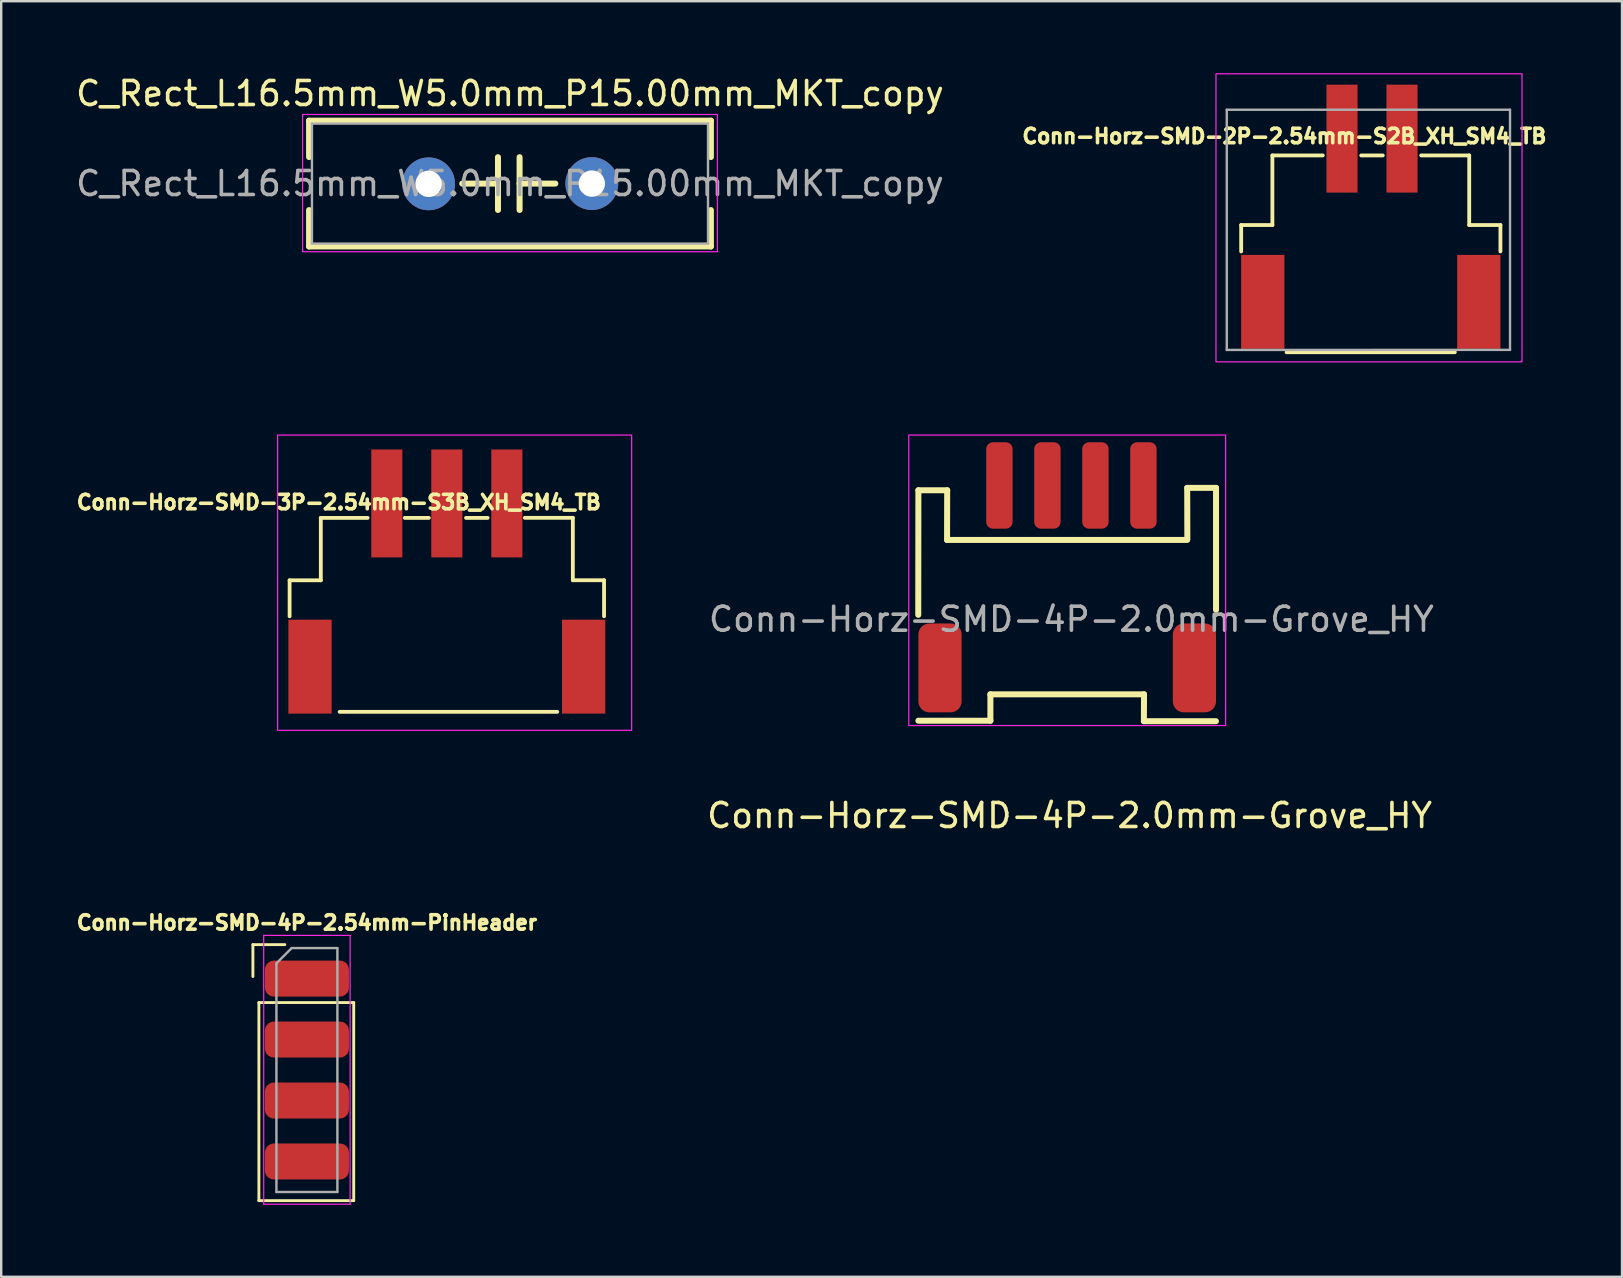
<source format=kicad_pcb>
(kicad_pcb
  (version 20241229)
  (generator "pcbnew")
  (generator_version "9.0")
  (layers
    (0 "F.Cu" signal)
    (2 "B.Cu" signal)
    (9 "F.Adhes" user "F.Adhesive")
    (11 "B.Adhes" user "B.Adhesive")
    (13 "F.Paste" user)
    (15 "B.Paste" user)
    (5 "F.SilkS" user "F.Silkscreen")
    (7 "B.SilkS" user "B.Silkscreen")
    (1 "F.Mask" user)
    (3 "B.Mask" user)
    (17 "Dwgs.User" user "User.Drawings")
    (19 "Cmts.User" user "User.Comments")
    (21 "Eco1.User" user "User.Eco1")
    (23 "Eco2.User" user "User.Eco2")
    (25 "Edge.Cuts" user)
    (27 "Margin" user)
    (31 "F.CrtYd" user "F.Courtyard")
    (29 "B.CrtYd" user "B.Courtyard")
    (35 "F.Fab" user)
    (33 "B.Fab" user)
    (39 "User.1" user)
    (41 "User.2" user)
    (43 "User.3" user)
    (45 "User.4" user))
  (footprint "Conn-Horz-SMD-2P-2.54mm-S2B_XH_SM4_TB"
    (layer "F.Cu")
    (at 54.208 6.675)
    (property "Reference" "Conn-Horz-SMD-2P-2.54mm-S2B_XH_SM4_TB" (at -3.75 -4.05 0) (layer "F.SilkS") (effects (font (size 0.6 0.6) (thickness 0.15))))
    (attr smd)
    (fp_line (start -5.55 -0.35) (end -5.55 0.75) (stroke (width 0.159) (type solid)) (layer "F.SilkS"))
    (fp_line (start -5.55 -0.35) (end -4.25 -0.35) (stroke (width 0.159) (type solid)) (layer "F.SilkS"))
    (fp_line (start -4.25 -3.25) (end -2.15 -3.25) (stroke (width 0.159) (type solid)) (layer "F.SilkS"))
    (fp_line (start -4.25 -0.35) (end -4.25 -3.25) (stroke (width 0.159) (type solid)) (layer "F.SilkS"))
    (fp_line (start -3.658 4.95) (end 3.35 4.95) (stroke (width 0.159) (type solid)) (layer "F.SilkS"))
    (fp_line (start -0.55 -3.25) (end 0.35 -3.25) (stroke (width 0.159) (type solid)) (layer "F.SilkS"))
    (fp_line (start 3.95 -3.25) (end 1.95 -3.25) (stroke (width 0.159) (type solid)) (layer "F.SilkS"))
    (fp_line (start 3.95 -0.35) (end 3.95 -3.25) (stroke (width 0.159) (type solid)) (layer "F.SilkS"))
    (fp_line (start 5.25 -0.35) (end 3.95 -0.35) (stroke (width 0.159) (type solid)) (layer "F.SilkS"))
    (fp_line (start 5.25 -0.35) (end 5.25 0.75) (stroke (width 0.159) (type solid)) (layer "F.SilkS"))
    (fp_rect (start -6.6 -6.65) (end 6.15 5.35) (stroke (width 0.05) (type solid)) (fill no) (layer "F.CrtYd"))
    (fp_line (start -6.15 -5.154) (end -6.15 4.854) (stroke (width 0.1) (type solid)) (layer "F.Fab"))
    (fp_line (start -6.15 4.854) (end 5.65 4.85) (stroke (width 0.1) (type solid)) (layer "F.Fab"))
    (fp_line (start 5.65 -5.154) (end -6.15 -5.154) (stroke (width 0.1) (type solid)) (layer "F.Fab"))
    (fp_line (start 5.65 4.854) (end 5.65 -5.154) (stroke (width 0.1) (type solid)) (layer "F.Fab"))
    (pad "1" smd rect (at -1.35 -3.95) (size 1.295 4.496) (layers "F.Cu" "F.Mask" "F.Paste"))
    (pad "2" smd rect (at 1.15 -3.95) (size 1.295 4.496) (layers "F.Cu" "F.Mask" "F.Paste"))
    (pad "S" smd rect (at -4.65 2.85 90) (size 3.912 1.803) (layers "F.Cu" "F.Mask" "F.Paste"))
    (pad "S" smd rect (at 4.35 2.85 90) (size 3.912 1.803) (layers "F.Cu" "F.Mask" "F.Paste")))
  (footprint "Conn-Horz-SMD-4P-2.54mm-PinHeader"
    (layer "F.Cu")
    (at 9.736 37.718)
    (property "Reference" "Conn-Horz-SMD-4P-2.54mm-PinHeader" (at 0 -2.33 0) (layer "F.SilkS") (effects (font (size 0.6 0.6) (thickness 0.15))))
    (attr through_hole)
    (fp_line (start -2.25 -1.415) (end -0.92 -1.415) (stroke (width 0.12) (type solid)) (layer "F.SilkS"))
    (fp_line (start -2.25 -0.085) (end -2.25 -1.415) (stroke (width 0.12) (type solid)) (layer "F.SilkS"))
    (fp_line (start -2 1) (end -2 9.25) (stroke (width 0.12) (type solid)) (layer "F.SilkS"))
    (fp_line (start -2 1) (end 1.95 1) (stroke (width 0.12) (type solid)) (layer "F.SilkS"))
    (fp_line (start -2 9.25) (end 1.95 9.25) (stroke (width 0.12) (type solid)) (layer "F.SilkS"))
    (fp_line (start 1.95 1) (end 1.95 9.25) (stroke (width 0.12) (type solid)) (layer "F.SilkS"))
    (fp_line (start -1.8 -1.8) (end -1.8 9.4) (stroke (width 0.05) (type solid)) (layer "F.CrtYd"))
    (fp_line (start -1.8 9.4) (end 1.8 9.4) (stroke (width 0.05) (type solid)) (layer "F.CrtYd"))
    (fp_line (start 1.8 -1.8) (end -1.8 -1.8) (stroke (width 0.05) (type solid)) (layer "F.CrtYd"))
    (fp_line (start 1.8 9.4) (end 1.8 -1.8) (stroke (width 0.05) (type solid)) (layer "F.CrtYd"))
    (fp_line (start -1.27 -0.635) (end -0.635 -1.27) (stroke (width 0.1) (type solid)) (layer "F.Fab"))
    (fp_line (start -1.27 8.89) (end -1.27 -0.635) (stroke (width 0.1) (type solid)) (layer "F.Fab"))
    (fp_line (start -0.635 -1.27) (end 1.27 -1.27) (stroke (width 0.1) (type solid)) (layer "F.Fab"))
    (fp_line (start 1.27 -1.27) (end 1.27 8.89) (stroke (width 0.1) (type solid)) (layer "F.Fab"))
    (fp_line (start 1.27 8.89) (end -1.27 8.89) (stroke (width 0.1) (type solid)) (layer "F.Fab"))
    (pad "1" smd roundrect (at 0 0 180) (size 3.5 1.5) (layers "F.Cu" "F.Mask" "F.Paste") (roundrect_rratio 0.25))
    (pad "2" smd roundrect (at 0 2.54 180) (size 3.5 1.5) (layers "F.Cu" "F.Mask" "F.Paste") (roundrect_rratio 0.25))
    (pad "3" smd roundrect (at 0 5.08 180) (size 3.5 1.5) (layers "F.Cu" "F.Mask" "F.Paste") (roundrect_rratio 0.25))
    (pad "4" smd roundrect (at 0 7.62 180) (size 3.5 1.5) (layers "F.Cu" "F.Mask" "F.Paste") (roundrect_rratio 0.25)))
  (footprint "C_Rect_L16.5mm_W5.0mm_P15.00mm_MKT_copy"
    (layer "F.Cu")
    (at 18.206 4.608)
    (property "Reference" "C_Rect_L16.5mm_W5.0mm_P15.00mm_MKT_copy" (at -0.01 -3.76 0) (layer "F.SilkS") (effects (font (size 1 1) (thickness 0.15))))
    (attr through_hole)
    (fp_line (start -8.38 -2.63) (end -8.38 -1.114) (stroke (width 0.25) (type solid)) (layer "F.SilkS"))
    (fp_line (start -8.38 -2.63) (end 8.36 -2.63) (stroke (width 0.25) (type solid)) (layer "F.SilkS"))
    (fp_line (start -8.38 1.094) (end -8.38 2.61) (stroke (width 0.25) (type solid)) (layer "F.SilkS"))
    (fp_line (start -8.38 2.61) (end 8.36 2.61) (stroke (width 0.25) (type solid)) (layer "F.SilkS"))
    (fp_line (start -2 -0.01) (end -0.51 -0.01) (stroke (width 0.25) (type solid)) (layer "F.SilkS"))
    (fp_line (start -0.51 -1.11) (end -0.51 1.09) (stroke (width 0.25) (type solid)) (layer "F.SilkS"))
    (fp_line (start 0.39 -1.11) (end 0.39 1.09) (stroke (width 0.25) (type solid)) (layer "F.SilkS"))
    (fp_line (start 1.88 -0.01) (end 0.39 -0.01) (stroke (width 0.25) (type solid)) (layer "F.SilkS"))
    (fp_line (start 8.36 -2.63) (end 8.36 -1.114) (stroke (width 0.25) (type solid)) (layer "F.SilkS"))
    (fp_line (start 8.36 1.094) (end 8.36 2.61) (stroke (width 0.25) (type solid)) (layer "F.SilkS"))
    (fp_rect (start -8.65 -2.89) (end 8.63 2.83) (stroke (width 0.05) (type solid)) (fill no) (layer "F.CrtYd"))
    (fp_line (start -8.26 -2.51) (end -8.26 2.49) (stroke (width 0.1) (type solid)) (layer "F.Fab"))
    (fp_line (start -8.26 2.49) (end 8.24 2.49) (stroke (width 0.1) (type solid)) (layer "F.Fab"))
    (fp_line (start 8.24 -2.51) (end -8.26 -2.51) (stroke (width 0.1) (type solid)) (layer "F.Fab"))
    (fp_line (start 8.24 2.49) (end 8.24 -2.51) (stroke (width 0.1) (type solid)) (layer "F.Fab"))
    (fp_text user "${REFERENCE}" (at -0.01 -0.01 0) (layer "F.Fab") (effects (font (size 1 1) (thickness 0.15))))
    (pad "1" thru_hole circle (at -3.4 0) (size 2.2 2.2) (drill 1.1) (layers "*.Cu" "*.Mask"))
    (pad "2" thru_hole circle (at 3.4 -0.01) (size 2.2 2.2) (drill 1.1) (layers "*.Cu" "*.Mask")))
  (footprint "Conn-Horz-SMD-4P-2.0mm-Grove_HY"
    (layer "F.Cu")
    (at 41.585 22.075)
    (property "Reference" "Conn-Horz-SMD-4P-2.0mm-Grove_HY" (at -0.075 8.85 0) (unlocked yes) (layer "F.SilkS") (effects (font (size 1 1) (thickness 0.15))))
    (attr smd)
    (fp_line (start -6.38 0.49) (end -6.375 -4.7) (stroke (width 0.25) (type solid)) (layer "F.SilkS"))
    (fp_line (start -6.375 -4.7) (end -5.175 -4.7) (stroke (width 0.25) (type solid)) (layer "F.SilkS"))
    (fp_line (start -6.375 4.9) (end -3.375 4.9) (stroke (width 0.25) (type solid)) (layer "F.SilkS"))
    (fp_line (start -5.18 -2.63) (end 4.82 -2.63) (stroke (width 0.25) (type solid)) (layer "F.SilkS"))
    (fp_line (start -5.175 -4.7) (end -5.18 -2.63) (stroke (width 0.25) (type solid)) (layer "F.SilkS"))
    (fp_line (start -3.375 3.8) (end 3.025 3.8) (stroke (width 0.25) (type solid)) (layer "F.SilkS"))
    (fp_line (start -3.375 4.9) (end -3.375 3.8) (stroke (width 0.25) (type solid)) (layer "F.SilkS"))
    (fp_line (start 3.02 4.92) (end 6.02 4.92) (stroke (width 0.25) (type solid)) (layer "F.SilkS"))
    (fp_line (start 3.025 3.8) (end 3.02 4.92) (stroke (width 0.25) (type solid)) (layer "F.SilkS"))
    (fp_line (start 4.825 -4.8) (end 4.83 -2.66) (stroke (width 0.25) (type solid)) (layer "F.SilkS"))
    (fp_line (start 4.825 -4.8) (end 6.025 -4.8) (stroke (width 0.25) (type solid)) (layer "F.SilkS"))
    (fp_line (start 6.025 0.28) (end 6.025 -4.8) (stroke (width 0.25) (type solid)) (layer "F.SilkS"))
    (fp_rect (start -6.775 -7) (end 6.425 5.1) (stroke (width 0.05) (type solid)) (fill no) (layer "F.CrtYd"))
    (fp_text user "${REFERENCE}" (at 0 0.675 0) (unlocked yes) (layer "F.Fab") (effects (font (size 1 1) (thickness 0.15))))
    (pad "1" smd roundrect (at -3 -4.9 180) (size 1.1 3.6) (layers "F.Cu" "F.Mask" "F.Paste") (roundrect_rratio 0.25))
    (pad "2" smd roundrect (at -1 -4.9 180) (size 1.1 3.6) (layers "F.Cu" "F.Mask" "F.Paste") (roundrect_rratio 0.25))
    (pad "3" smd roundrect (at 1 -4.9 180) (size 1.1 3.6) (layers "F.Cu" "F.Mask" "F.Paste") (roundrect_rratio 0.25))
    (pad "4" smd roundrect (at 3 -4.9 180) (size 1.1 3.6) (layers "F.Cu" "F.Mask" "F.Paste") (roundrect_rratio 0.25))
    (pad "S" smd roundrect (at -5.475 2.7 180) (size 1.8 3.7) (layers "F.Cu" "F.Mask" "F.Paste") (roundrect_rratio 0.25))
    (pad "S" smd roundrect (at 5.125 2.7 180) (size 1.8 3.7) (layers "F.Cu" "F.Mask" "F.Paste") (roundrect_rratio 0.25)))
  (footprint "Conn-Horz-SMD-3P-2.54mm-S3B_XH_SM4_TB"
    (layer "F.Cu")
    (at 15.415 22.323)
    (property "Reference" "Conn-Horz-SMD-3P-2.54mm-S3B_XH_SM4_TB" (at -4.35 -4.448 0) (layer "F.SilkS") (effects (font (size 0.6 0.6) (thickness 0.15))))
    (attr smd)
    (fp_line (start -6.4 -1.198) (end -6.4 0.302) (stroke (width 0.159) (type solid)) (layer "F.SilkS"))
    (fp_line (start -6.4 -1.198) (end -5.1 -1.198) (stroke (width 0.159) (type solid)) (layer "F.SilkS"))
    (fp_line (start -5.1 -3.798) (end -3.15 -3.798) (stroke (width 0.159) (type solid)) (layer "F.SilkS"))
    (fp_line (start -5.1 -1.198) (end -5.1 -3.798) (stroke (width 0.159) (type solid)) (layer "F.SilkS"))
    (fp_line (start -4.316 4.283) (end 4.75 4.283) (stroke (width 0.159) (type solid)) (layer "F.SilkS"))
    (fp_line (start -1.6 -3.798) (end -0.6 -3.798) (stroke (width 0.159) (type solid)) (layer "F.SilkS"))
    (fp_line (start 0.95 -3.798) (end 1.85 -3.798) (stroke (width 0.159) (type solid)) (layer "F.SilkS"))
    (fp_line (start 5.4 -3.8) (end 3.4 -3.8) (stroke (width 0.159) (type solid)) (layer "F.SilkS"))
    (fp_line (start 5.4 -1.2) (end 5.4 -3.8) (stroke (width 0.159) (type solid)) (layer "F.SilkS"))
    (fp_line (start 6.7 -1.2) (end 5.4 -1.2) (stroke (width 0.159) (type solid)) (layer "F.SilkS"))
    (fp_line (start 6.7 -1.2) (end 6.7 0.3) (stroke (width 0.159) (type solid)) (layer "F.SilkS"))
    (fp_rect (start -6.9 -7.248) (end 7.85 5.052) (stroke (width 0.05) (type solid)) (fill no) (layer "F.CrtYd"))
    (pad "1" smd rect (at -2.35 -4.4) (size 1.295 4.496) (layers "F.Cu" "F.Mask" "F.Paste"))
    (pad "2" smd rect (at 0.15 -4.4) (size 1.295 4.496) (layers "F.Cu" "F.Mask" "F.Paste"))
    (pad "3" smd rect (at 2.65 -4.4) (size 1.295 4.496) (layers "F.Cu" "F.Mask" "F.Paste"))
    (pad "S" smd rect (at -5.55 2.4 90) (size 3.912 1.803) (layers "F.Cu" "F.Mask" "F.Paste"))
    (pad "S" smd rect (at 5.85 2.4 90) (size 3.912 1.803) (layers "F.Cu" "F.Mask" "F.Paste")))
  (gr_rect
    (start -3 -3)
    (end 64.523 50.142)
    (stroke (width 0.1) (type default))
    (fill no)
    (layer "Edge.Cuts")))
</source>
